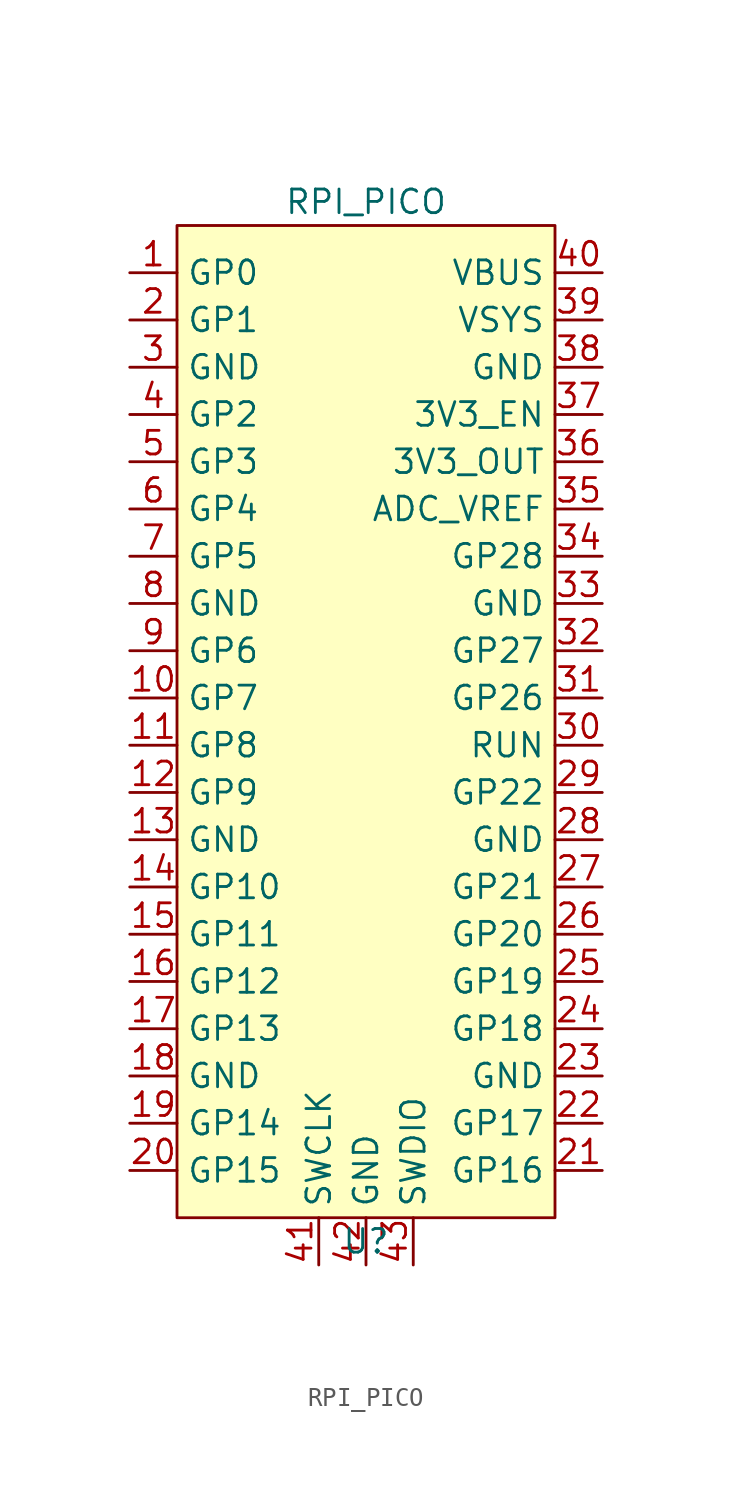
<source format=kicad_sym>
(kicad_symbol_lib
  (version 20211014)
  (generator kicad_symbol_editor)
  (symbol "RPI_PICO"
    (property "Reference" "U"
      (at 0 -27.94 0)
      (effects (font (size 1.27 1.27))))
    (property "Value" "RPI_PICO"
      (at 0 27.94 0)
      (effects (font (size 1.27 1.27))))
    (symbol "RPI_PICO_0_1"
      (rectangle (start -10.16 26.67) (end 10.16 -26.67) (stroke (width 0) (type default) (color 0 0 0 0)) (fill (type background))))
    (symbol "RPI_PICO_1_1"
      (pin bidirectional line (at -12.7 24.13 0) (length 2.54) (name "GP0" (effects (font (size 1.27 1.27)))) (number "1" (effects (font (size 1.27 1.27)))))
      (pin bidirectional line (at -12.7 1.27 0) (length 2.54) (name "GP7" (effects (font (size 1.27 1.27)))) (number "10" (effects (font (size 1.27 1.27)))))
      (pin bidirectional line (at -12.7 -1.27 0) (length 2.54) (name "GP8" (effects (font (size 1.27 1.27)))) (number "11" (effects (font (size 1.27 1.27)))))
      (pin bidirectional line (at -12.7 -3.81 0) (length 2.54) (name "GP9" (effects (font (size 1.27 1.27)))) (number "12" (effects (font (size 1.27 1.27)))))
      (pin power_in line (at -12.7 -6.35 0) (length 2.54) (name "GND" (effects (font (size 1.27 1.27)))) (number "13" (effects (font (size 1.27 1.27)))))
      (pin bidirectional line (at -12.7 -8.89 0) (length 2.54) (name "GP10" (effects (font (size 1.27 1.27)))) (number "14" (effects (font (size 1.27 1.27)))))
      (pin bidirectional line (at -12.7 -11.43 0) (length 2.54) (name "GP11" (effects (font (size 1.27 1.27)))) (number "15" (effects (font (size 1.27 1.27)))))
      (pin bidirectional line (at -12.7 -13.97 0) (length 2.54) (name "GP12" (effects (font (size 1.27 1.27)))) (number "16" (effects (font (size 1.27 1.27)))))
      (pin bidirectional line (at -12.7 -16.51 0) (length 2.54) (name "GP13" (effects (font (size 1.27 1.27)))) (number "17" (effects (font (size 1.27 1.27)))))
      (pin power_in line (at -12.7 -19.05 0) (length 2.54) (name "GND" (effects (font (size 1.27 1.27)))) (number "18" (effects (font (size 1.27 1.27)))))
      (pin bidirectional line (at -12.7 -21.59 0) (length 2.54) (name "GP14" (effects (font (size 1.27 1.27)))) (number "19" (effects (font (size 1.27 1.27)))))
      (pin bidirectional line (at -12.7 21.59 0) (length 2.54) (name "GP1" (effects (font (size 1.27 1.27)))) (number "2" (effects (font (size 1.27 1.27)))))
      (pin bidirectional line (at -12.7 -24.13 0) (length 2.54) (name "GP15" (effects (font (size 1.27 1.27)))) (number "20" (effects (font (size 1.27 1.27)))))
      (pin bidirectional line (at 12.7 -24.13 180) (length 2.54) (name "GP16" (effects (font (size 1.27 1.27)))) (number "21" (effects (font (size 1.27 1.27)))))
      (pin bidirectional line (at 12.7 -21.59 180) (length 2.54) (name "GP17" (effects (font (size 1.27 1.27)))) (number "22" (effects (font (size 1.27 1.27)))))
      (pin power_in line (at 12.7 -19.05 180) (length 2.54) (name "GND" (effects (font (size 1.27 1.27)))) (number "23" (effects (font (size 1.27 1.27)))))
      (pin bidirectional line (at 12.7 -16.51 180) (length 2.54) (name "GP18" (effects (font (size 1.27 1.27)))) (number "24" (effects (font (size 1.27 1.27)))))
      (pin bidirectional line (at 12.7 -13.97 180) (length 2.54) (name "GP19" (effects (font (size 1.27 1.27)))) (number "25" (effects (font (size 1.27 1.27)))))
      (pin bidirectional line (at 12.7 -11.43 180) (length 2.54) (name "GP20" (effects (font (size 1.27 1.27)))) (number "26" (effects (font (size 1.27 1.27)))))
      (pin bidirectional line (at 12.7 -8.89 180) (length 2.54) (name "GP21" (effects (font (size 1.27 1.27)))) (number "27" (effects (font (size 1.27 1.27)))))
      (pin power_in line (at 12.7 -6.35 180) (length 2.54) (name "GND" (effects (font (size 1.27 1.27)))) (number "28" (effects (font (size 1.27 1.27)))))
      (pin bidirectional line (at 12.7 -3.81 180) (length 2.54) (name "GP22" (effects (font (size 1.27 1.27)))) (number "29" (effects (font (size 1.27 1.27)))))
      (pin power_in line (at -12.7 19.05 0) (length 2.54) (name "GND" (effects (font (size 1.27 1.27)))) (number "3" (effects (font (size 1.27 1.27)))))
      (pin bidirectional line (at 12.7 -1.27 180) (length 2.54) (name "RUN" (effects (font (size 1.27 1.27)))) (number "30" (effects (font (size 1.27 1.27)))))
      (pin bidirectional line (at 12.7 1.27 180) (length 2.54) (name "GP26" (effects (font (size 1.27 1.27)))) (number "31" (effects (font (size 1.27 1.27)))))
      (pin bidirectional line (at 12.7 3.81 180) (length 2.54) (name "GP27" (effects (font (size 1.27 1.27)))) (number "32" (effects (font (size 1.27 1.27)))))
      (pin power_in line (at 12.7 6.35 180) (length 2.54) (name "GND" (effects (font (size 1.27 1.27)))) (number "33" (effects (font (size 1.27 1.27)))))
      (pin bidirectional line (at 12.7 8.89 180) (length 2.54) (name "GP28" (effects (font (size 1.27 1.27)))) (number "34" (effects (font (size 1.27 1.27)))))
      (pin input line (at 12.7 11.43 180) (length 2.54) (name "ADC_VREF" (effects (font (size 1.27 1.27)))) (number "35" (effects (font (size 1.27 1.27)))))
      (pin power_out line (at 12.7 13.97 180) (length 2.54) (name "3V3_OUT" (effects (font (size 1.27 1.27)))) (number "36" (effects (font (size 1.27 1.27)))))
      (pin input line (at 12.7 16.51 180) (length 2.54) (name "3V3_EN" (effects (font (size 1.27 1.27)))) (number "37" (effects (font (size 1.27 1.27)))))
      (pin power_in line (at 12.7 19.05 180) (length 2.54) (name "GND" (effects (font (size 1.27 1.27)))) (number "38" (effects (font (size 1.27 1.27)))))
      (pin power_in line (at 12.7 21.59 180) (length 2.54) (name "VSYS" (effects (font (size 1.27 1.27)))) (number "39" (effects (font (size 1.27 1.27)))))
      (pin bidirectional line (at -12.7 16.51 0) (length 2.54) (name "GP2" (effects (font (size 1.27 1.27)))) (number "4" (effects (font (size 1.27 1.27)))))
      (pin power_in line (at 12.7 24.13 180) (length 2.54) (name "VBUS" (effects (font (size 1.27 1.27)))) (number "40" (effects (font (size 1.27 1.27)))))
      (pin input line (at -2.54 -29.21 90) (length 2.54) (name "SWCLK" (effects (font (size 1.27 1.27)))) (number "41" (effects (font (size 1.27 1.27)))))
      (pin input line (at 0 -29.21 90) (length 2.54) (name "GND" (effects (font (size 1.27 1.27)))) (number "42" (effects (font (size 1.27 1.27)))))
      (pin input line (at 2.54 -29.21 90) (length 2.54) (name "SWDIO" (effects (font (size 1.27 1.27)))) (number "43" (effects (font (size 1.27 1.27)))))
      (pin bidirectional line (at -12.7 13.97 0) (length 2.54) (name "GP3" (effects (font (size 1.27 1.27)))) (number "5" (effects (font (size 1.27 1.27)))))
      (pin bidirectional line (at -12.7 11.43 0) (length 2.54) (name "GP4" (effects (font (size 1.27 1.27)))) (number "6" (effects (font (size 1.27 1.27)))))
      (pin bidirectional line (at -12.7 8.89 0) (length 2.54) (name "GP5" (effects (font (size 1.27 1.27)))) (number "7" (effects (font (size 1.27 1.27)))))
      (pin power_in line (at -12.7 6.35 0) (length 2.54) (name "GND" (effects (font (size 1.27 1.27)))) (number "8" (effects (font (size 1.27 1.27)))))
      (pin bidirectional line (at -12.7 3.81 0) (length 2.54) (name "GP6" (effects (font (size 1.27 1.27)))) (number "9" (effects (font (size 1.27 1.27))))))))
</source>
